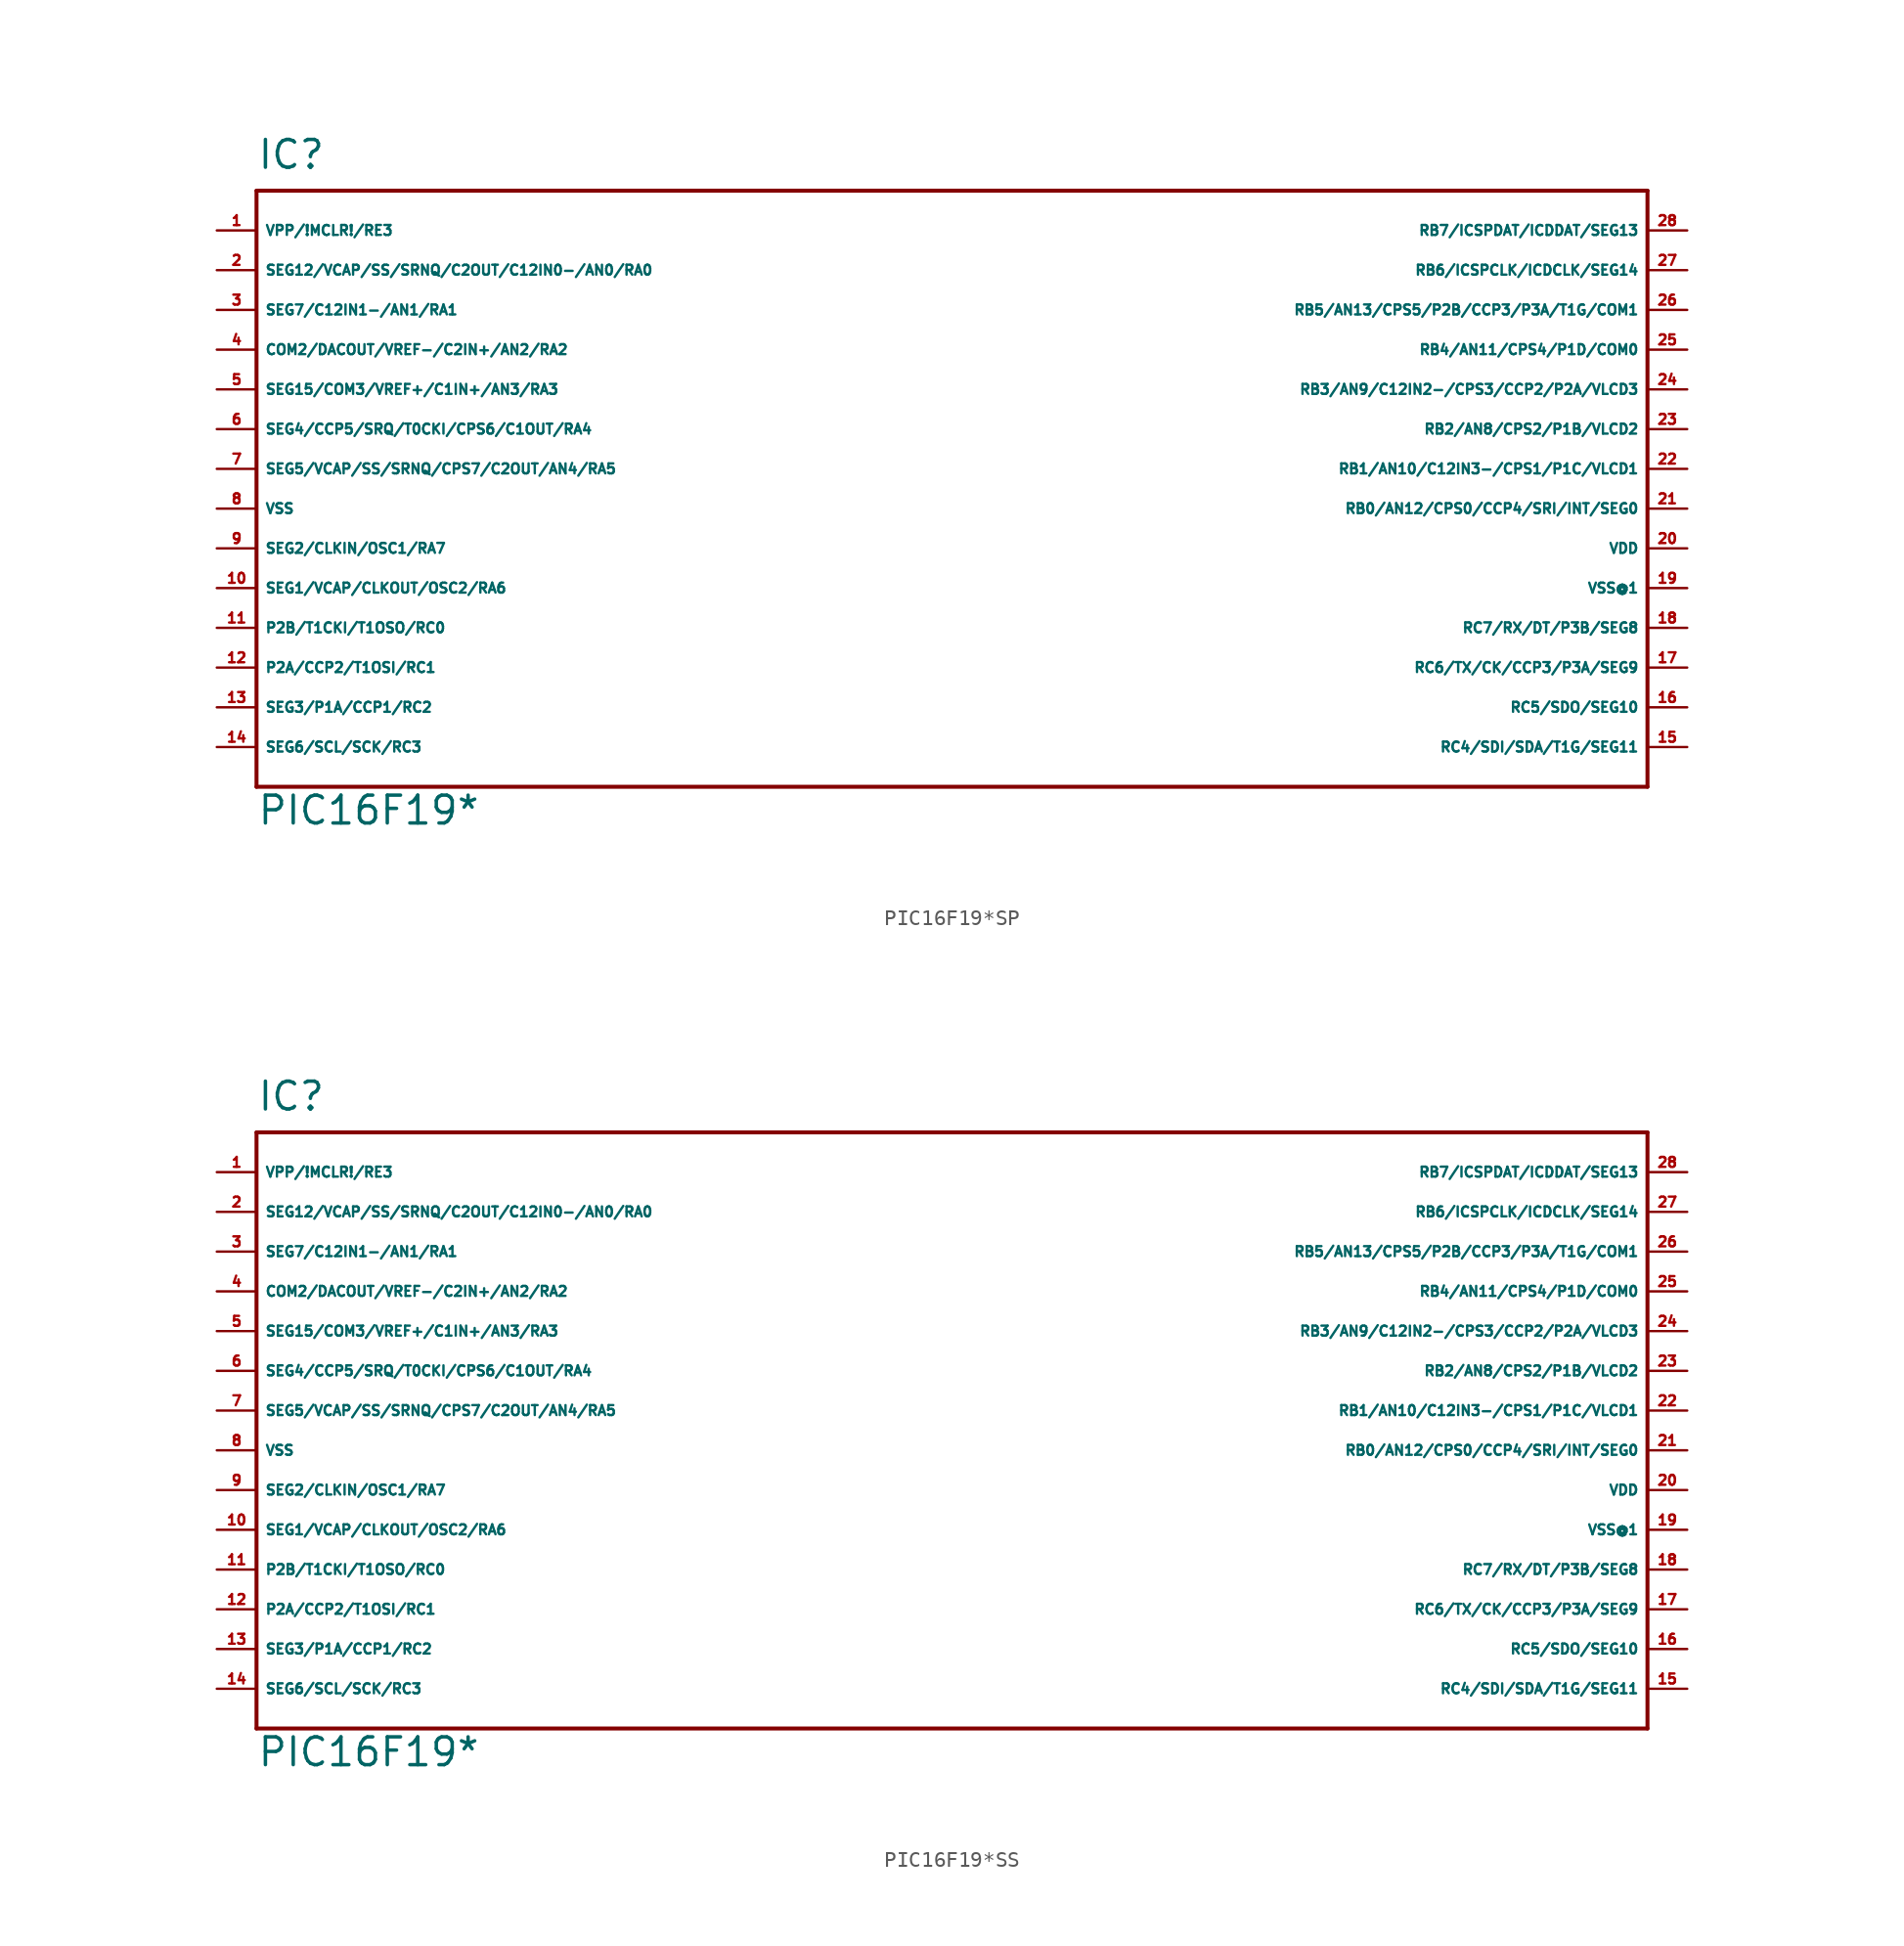
<source format=kicad_sym>
(kicad_symbol_lib
  (version 20220914)
  (generator Eagle2Kicad)
  (symbol "PIC16F19*SP"
    (property "Reference" "IC"
      (at -45.72 19.05 0)
      (effects (font (size 1.778 1.778) (thickness 0.22)) (justify left bottom)))
    (property "Value" "PIC16F19*"
      (at -45.72 -22.86 0)
      (effects (font (size 1.778 1.778) (thickness 0.22)) (justify left bottom)))
    (polyline
      (pts (xy -45.72 -20.32) (xy 43.18 -20.32))
      (stroke (width 0.254) (type default))
      (fill (type none)))
    (polyline
      (pts (xy 43.18 -20.32) (xy 43.18 17.78))
      (stroke (width 0.254) (type default))
      (fill (type none)))
    (polyline
      (pts (xy 43.18 17.78) (xy -45.72 17.78))
      (stroke (width 0.254) (type default))
      (fill (type none)))
    (polyline
      (pts (xy -45.72 17.78) (xy -45.72 -20.32))
      (stroke (width 0.254) (type default))
      (fill (type none)))
    (pin input line
      (at -48.26 15.24 0)
      (length 2.54)
      (name "VPP/!MCLR!/RE3" (effects (font (size 0.635 0.635) (thickness 0.08)) (justify left bottom)))
      (number "1" (effects (font (size 0.635 0.635) (thickness 0.08)) (justify left bottom))))
    (pin bidirectional line
      (at -48.26 12.7 0)
      (length 2.54)
      (name "SEG12/VCAP/SS/SRNQ/C2OUT/C12IN0-/AN0/RA0" (effects (font (size 0.635 0.635) (thickness 0.08)) (justify left bottom)))
      (number "2" (effects (font (size 0.635 0.635) (thickness 0.08)) (justify left bottom))))
    (pin bidirectional line
      (at -48.26 10.16 0)
      (length 2.54)
      (name "SEG7/C12IN1-/AN1/RA1" (effects (font (size 0.635 0.635) (thickness 0.08)) (justify left bottom)))
      (number "3" (effects (font (size 0.635 0.635) (thickness 0.08)) (justify left bottom))))
    (pin bidirectional line
      (at -48.26 7.62 0)
      (length 2.54)
      (name "COM2/DACOUT/VREF-/C2IN+/AN2/RA2" (effects (font (size 0.635 0.635) (thickness 0.08)) (justify left bottom)))
      (number "4" (effects (font (size 0.635 0.635) (thickness 0.08)) (justify left bottom))))
    (pin bidirectional line
      (at -48.26 5.08 0)
      (length 2.54)
      (name "SEG15/COM3/VREF+/C1IN+/AN3/RA3" (effects (font (size 0.635 0.635) (thickness 0.08)) (justify left bottom)))
      (number "5" (effects (font (size 0.635 0.635) (thickness 0.08)) (justify left bottom))))
    (pin bidirectional line
      (at -48.26 2.54 0)
      (length 2.54)
      (name "SEG4/CCP5/SRQ/T0CKI/CPS6/C1OUT/RA4" (effects (font (size 0.635 0.635) (thickness 0.08)) (justify left bottom)))
      (number "6" (effects (font (size 0.635 0.635) (thickness 0.08)) (justify left bottom))))
    (pin bidirectional line
      (at -48.26 0 0)
      (length 2.54)
      (name "SEG5/VCAP/SS/SRNQ/CPS7/C2OUT/AN4/RA5" (effects (font (size 0.635 0.635) (thickness 0.08)) (justify left bottom)))
      (number "7" (effects (font (size 0.635 0.635) (thickness 0.08)) (justify left bottom))))
    (pin unspecified line
      (at -48.26 -2.54 0)
      (length 2.54)
      (name "VSS" (effects (font (size 0.635 0.635) (thickness 0.08)) (justify left bottom)))
      (number "8" (effects (font (size 0.635 0.635) (thickness 0.08)) (justify left bottom))))
    (pin bidirectional line
      (at -48.26 -5.08 0)
      (length 2.54)
      (name "SEG2/CLKIN/OSC1/RA7" (effects (font (size 0.635 0.635) (thickness 0.08)) (justify left bottom)))
      (number "9" (effects (font (size 0.635 0.635) (thickness 0.08)) (justify left bottom))))
    (pin bidirectional line
      (at -48.26 -7.62 0)
      (length 2.54)
      (name "SEG1/VCAP/CLKOUT/OSC2/RA6" (effects (font (size 0.635 0.635) (thickness 0.08)) (justify left bottom)))
      (number "10" (effects (font (size 0.635 0.635) (thickness 0.08)) (justify left bottom))))
    (pin bidirectional line
      (at -48.26 -10.16 0)
      (length 2.54)
      (name "P2B/T1CKI/T1OSO/RC0" (effects (font (size 0.635 0.635) (thickness 0.08)) (justify left bottom)))
      (number "11" (effects (font (size 0.635 0.635) (thickness 0.08)) (justify left bottom))))
    (pin bidirectional line
      (at -48.26 -12.7 0)
      (length 2.54)
      (name "P2A/CCP2/T1OSI/RC1" (effects (font (size 0.635 0.635) (thickness 0.08)) (justify left bottom)))
      (number "12" (effects (font (size 0.635 0.635) (thickness 0.08)) (justify left bottom))))
    (pin bidirectional line
      (at -48.26 -15.24 0)
      (length 2.54)
      (name "SEG3/P1A/CCP1/RC2" (effects (font (size 0.635 0.635) (thickness 0.08)) (justify left bottom)))
      (number "13" (effects (font (size 0.635 0.635) (thickness 0.08)) (justify left bottom))))
    (pin bidirectional line
      (at -48.26 -17.78 0)
      (length 2.54)
      (name "SEG6/SCL/SCK/RC3" (effects (font (size 0.635 0.635) (thickness 0.08)) (justify left bottom)))
      (number "14" (effects (font (size 0.635 0.635) (thickness 0.08)) (justify left bottom))))
    (pin bidirectional line
      (at 45.72 -17.78 180)
      (length 2.54)
      (name "RC4/SDI/SDA/T1G/SEG11" (effects (font (size 0.635 0.635) (thickness 0.08)) (justify left bottom)))
      (number "15" (effects (font (size 0.635 0.635) (thickness 0.08)) (justify left bottom))))
    (pin bidirectional line
      (at 45.72 -15.24 180)
      (length 2.54)
      (name "RC5/SDO/SEG10" (effects (font (size 0.635 0.635) (thickness 0.08)) (justify left bottom)))
      (number "16" (effects (font (size 0.635 0.635) (thickness 0.08)) (justify left bottom))))
    (pin bidirectional line
      (at 45.72 -12.7 180)
      (length 2.54)
      (name "RC6/TX/CK/CCP3/P3A/SEG9" (effects (font (size 0.635 0.635) (thickness 0.08)) (justify left bottom)))
      (number "17" (effects (font (size 0.635 0.635) (thickness 0.08)) (justify left bottom))))
    (pin bidirectional line
      (at 45.72 -10.16 180)
      (length 2.54)
      (name "RC7/RX/DT/P3B/SEG8" (effects (font (size 0.635 0.635) (thickness 0.08)) (justify left bottom)))
      (number "18" (effects (font (size 0.635 0.635) (thickness 0.08)) (justify left bottom))))
    (pin unspecified line
      (at 45.72 -7.62 180)
      (length 2.54)
      (name "VSS@1" (effects (font (size 0.635 0.635) (thickness 0.08)) (justify left bottom)))
      (number "19" (effects (font (size 0.635 0.635) (thickness 0.08)) (justify left bottom))))
    (pin unspecified line
      (at 45.72 -5.08 180)
      (length 2.54)
      (name "VDD" (effects (font (size 0.635 0.635) (thickness 0.08)) (justify left bottom)))
      (number "20" (effects (font (size 0.635 0.635) (thickness 0.08)) (justify left bottom))))
    (pin bidirectional line
      (at 45.72 -2.54 180)
      (length 2.54)
      (name "RB0/AN12/CPS0/CCP4/SRI/INT/SEG0" (effects (font (size 0.635 0.635) (thickness 0.08)) (justify left bottom)))
      (number "21" (effects (font (size 0.635 0.635) (thickness 0.08)) (justify left bottom))))
    (pin bidirectional line
      (at 45.72 0 180)
      (length 2.54)
      (name "RB1/AN10/C12IN3-/CPS1/P1C/VLCD1" (effects (font (size 0.635 0.635) (thickness 0.08)) (justify left bottom)))
      (number "22" (effects (font (size 0.635 0.635) (thickness 0.08)) (justify left bottom))))
    (pin bidirectional line
      (at 45.72 2.54 180)
      (length 2.54)
      (name "RB2/AN8/CPS2/P1B/VLCD2" (effects (font (size 0.635 0.635) (thickness 0.08)) (justify left bottom)))
      (number "23" (effects (font (size 0.635 0.635) (thickness 0.08)) (justify left bottom))))
    (pin bidirectional line
      (at 45.72 5.08 180)
      (length 2.54)
      (name "RB3/AN9/C12IN2-/CPS3/CCP2/P2A/VLCD3" (effects (font (size 0.635 0.635) (thickness 0.08)) (justify left bottom)))
      (number "24" (effects (font (size 0.635 0.635) (thickness 0.08)) (justify left bottom))))
    (pin bidirectional line
      (at 45.72 7.62 180)
      (length 2.54)
      (name "RB4/AN11/CPS4/P1D/COM0" (effects (font (size 0.635 0.635) (thickness 0.08)) (justify left bottom)))
      (number "25" (effects (font (size 0.635 0.635) (thickness 0.08)) (justify left bottom))))
    (pin bidirectional line
      (at 45.72 10.16 180)
      (length 2.54)
      (name "RB5/AN13/CPS5/P2B/CCP3/P3A/T1G/COM1" (effects (font (size 0.635 0.635) (thickness 0.08)) (justify left bottom)))
      (number "26" (effects (font (size 0.635 0.635) (thickness 0.08)) (justify left bottom))))
    (pin bidirectional line
      (at 45.72 12.7 180)
      (length 2.54)
      (name "RB6/ICSPCLK/ICDCLK/SEG14" (effects (font (size 0.635 0.635) (thickness 0.08)) (justify left bottom)))
      (number "27" (effects (font (size 0.635 0.635) (thickness 0.08)) (justify left bottom))))
    (pin bidirectional line
      (at 45.72 15.24 180)
      (length 2.54)
      (name "RB7/ICSPDAT/ICDDAT/SEG13" (effects (font (size 0.635 0.635) (thickness 0.08)) (justify left bottom)))
      (number "28" (effects (font (size 0.635 0.635) (thickness 0.08)) (justify left bottom)))))
  (symbol "PIC16F19*SS"
    (property "Reference" "IC"
      (at -45.72 19.05 0)
      (effects (font (size 1.778 1.778) (thickness 0.22)) (justify left bottom)))
    (property "Value" "PIC16F19*"
      (at -45.72 -22.86 0)
      (effects (font (size 1.778 1.778) (thickness 0.22)) (justify left bottom)))
    (polyline
      (pts (xy -45.72 -20.32) (xy 43.18 -20.32))
      (stroke (width 0.254) (type default))
      (fill (type none)))
    (polyline
      (pts (xy 43.18 -20.32) (xy 43.18 17.78))
      (stroke (width 0.254) (type default))
      (fill (type none)))
    (polyline
      (pts (xy 43.18 17.78) (xy -45.72 17.78))
      (stroke (width 0.254) (type default))
      (fill (type none)))
    (polyline
      (pts (xy -45.72 17.78) (xy -45.72 -20.32))
      (stroke (width 0.254) (type default))
      (fill (type none)))
    (pin input line
      (at -48.26 15.24 0)
      (length 2.54)
      (name "VPP/!MCLR!/RE3" (effects (font (size 0.635 0.635) (thickness 0.08)) (justify left bottom)))
      (number "1" (effects (font (size 0.635 0.635) (thickness 0.08)) (justify left bottom))))
    (pin bidirectional line
      (at -48.26 12.7 0)
      (length 2.54)
      (name "SEG12/VCAP/SS/SRNQ/C2OUT/C12IN0-/AN0/RA0" (effects (font (size 0.635 0.635) (thickness 0.08)) (justify left bottom)))
      (number "2" (effects (font (size 0.635 0.635) (thickness 0.08)) (justify left bottom))))
    (pin bidirectional line
      (at -48.26 10.16 0)
      (length 2.54)
      (name "SEG7/C12IN1-/AN1/RA1" (effects (font (size 0.635 0.635) (thickness 0.08)) (justify left bottom)))
      (number "3" (effects (font (size 0.635 0.635) (thickness 0.08)) (justify left bottom))))
    (pin bidirectional line
      (at -48.26 7.62 0)
      (length 2.54)
      (name "COM2/DACOUT/VREF-/C2IN+/AN2/RA2" (effects (font (size 0.635 0.635) (thickness 0.08)) (justify left bottom)))
      (number "4" (effects (font (size 0.635 0.635) (thickness 0.08)) (justify left bottom))))
    (pin bidirectional line
      (at -48.26 5.08 0)
      (length 2.54)
      (name "SEG15/COM3/VREF+/C1IN+/AN3/RA3" (effects (font (size 0.635 0.635) (thickness 0.08)) (justify left bottom)))
      (number "5" (effects (font (size 0.635 0.635) (thickness 0.08)) (justify left bottom))))
    (pin bidirectional line
      (at -48.26 2.54 0)
      (length 2.54)
      (name "SEG4/CCP5/SRQ/T0CKI/CPS6/C1OUT/RA4" (effects (font (size 0.635 0.635) (thickness 0.08)) (justify left bottom)))
      (number "6" (effects (font (size 0.635 0.635) (thickness 0.08)) (justify left bottom))))
    (pin bidirectional line
      (at -48.26 0 0)
      (length 2.54)
      (name "SEG5/VCAP/SS/SRNQ/CPS7/C2OUT/AN4/RA5" (effects (font (size 0.635 0.635) (thickness 0.08)) (justify left bottom)))
      (number "7" (effects (font (size 0.635 0.635) (thickness 0.08)) (justify left bottom))))
    (pin unspecified line
      (at -48.26 -2.54 0)
      (length 2.54)
      (name "VSS" (effects (font (size 0.635 0.635) (thickness 0.08)) (justify left bottom)))
      (number "8" (effects (font (size 0.635 0.635) (thickness 0.08)) (justify left bottom))))
    (pin bidirectional line
      (at -48.26 -5.08 0)
      (length 2.54)
      (name "SEG2/CLKIN/OSC1/RA7" (effects (font (size 0.635 0.635) (thickness 0.08)) (justify left bottom)))
      (number "9" (effects (font (size 0.635 0.635) (thickness 0.08)) (justify left bottom))))
    (pin bidirectional line
      (at -48.26 -7.62 0)
      (length 2.54)
      (name "SEG1/VCAP/CLKOUT/OSC2/RA6" (effects (font (size 0.635 0.635) (thickness 0.08)) (justify left bottom)))
      (number "10" (effects (font (size 0.635 0.635) (thickness 0.08)) (justify left bottom))))
    (pin bidirectional line
      (at -48.26 -10.16 0)
      (length 2.54)
      (name "P2B/T1CKI/T1OSO/RC0" (effects (font (size 0.635 0.635) (thickness 0.08)) (justify left bottom)))
      (number "11" (effects (font (size 0.635 0.635) (thickness 0.08)) (justify left bottom))))
    (pin bidirectional line
      (at -48.26 -12.7 0)
      (length 2.54)
      (name "P2A/CCP2/T1OSI/RC1" (effects (font (size 0.635 0.635) (thickness 0.08)) (justify left bottom)))
      (number "12" (effects (font (size 0.635 0.635) (thickness 0.08)) (justify left bottom))))
    (pin bidirectional line
      (at -48.26 -15.24 0)
      (length 2.54)
      (name "SEG3/P1A/CCP1/RC2" (effects (font (size 0.635 0.635) (thickness 0.08)) (justify left bottom)))
      (number "13" (effects (font (size 0.635 0.635) (thickness 0.08)) (justify left bottom))))
    (pin bidirectional line
      (at -48.26 -17.78 0)
      (length 2.54)
      (name "SEG6/SCL/SCK/RC3" (effects (font (size 0.635 0.635) (thickness 0.08)) (justify left bottom)))
      (number "14" (effects (font (size 0.635 0.635) (thickness 0.08)) (justify left bottom))))
    (pin bidirectional line
      (at 45.72 -17.78 180)
      (length 2.54)
      (name "RC4/SDI/SDA/T1G/SEG11" (effects (font (size 0.635 0.635) (thickness 0.08)) (justify left bottom)))
      (number "15" (effects (font (size 0.635 0.635) (thickness 0.08)) (justify left bottom))))
    (pin bidirectional line
      (at 45.72 -15.24 180)
      (length 2.54)
      (name "RC5/SDO/SEG10" (effects (font (size 0.635 0.635) (thickness 0.08)) (justify left bottom)))
      (number "16" (effects (font (size 0.635 0.635) (thickness 0.08)) (justify left bottom))))
    (pin bidirectional line
      (at 45.72 -12.7 180)
      (length 2.54)
      (name "RC6/TX/CK/CCP3/P3A/SEG9" (effects (font (size 0.635 0.635) (thickness 0.08)) (justify left bottom)))
      (number "17" (effects (font (size 0.635 0.635) (thickness 0.08)) (justify left bottom))))
    (pin bidirectional line
      (at 45.72 -10.16 180)
      (length 2.54)
      (name "RC7/RX/DT/P3B/SEG8" (effects (font (size 0.635 0.635) (thickness 0.08)) (justify left bottom)))
      (number "18" (effects (font (size 0.635 0.635) (thickness 0.08)) (justify left bottom))))
    (pin unspecified line
      (at 45.72 -7.62 180)
      (length 2.54)
      (name "VSS@1" (effects (font (size 0.635 0.635) (thickness 0.08)) (justify left bottom)))
      (number "19" (effects (font (size 0.635 0.635) (thickness 0.08)) (justify left bottom))))
    (pin unspecified line
      (at 45.72 -5.08 180)
      (length 2.54)
      (name "VDD" (effects (font (size 0.635 0.635) (thickness 0.08)) (justify left bottom)))
      (number "20" (effects (font (size 0.635 0.635) (thickness 0.08)) (justify left bottom))))
    (pin bidirectional line
      (at 45.72 -2.54 180)
      (length 2.54)
      (name "RB0/AN12/CPS0/CCP4/SRI/INT/SEG0" (effects (font (size 0.635 0.635) (thickness 0.08)) (justify left bottom)))
      (number "21" (effects (font (size 0.635 0.635) (thickness 0.08)) (justify left bottom))))
    (pin bidirectional line
      (at 45.72 0 180)
      (length 2.54)
      (name "RB1/AN10/C12IN3-/CPS1/P1C/VLCD1" (effects (font (size 0.635 0.635) (thickness 0.08)) (justify left bottom)))
      (number "22" (effects (font (size 0.635 0.635) (thickness 0.08)) (justify left bottom))))
    (pin bidirectional line
      (at 45.72 2.54 180)
      (length 2.54)
      (name "RB2/AN8/CPS2/P1B/VLCD2" (effects (font (size 0.635 0.635) (thickness 0.08)) (justify left bottom)))
      (number "23" (effects (font (size 0.635 0.635) (thickness 0.08)) (justify left bottom))))
    (pin bidirectional line
      (at 45.72 5.08 180)
      (length 2.54)
      (name "RB3/AN9/C12IN2-/CPS3/CCP2/P2A/VLCD3" (effects (font (size 0.635 0.635) (thickness 0.08)) (justify left bottom)))
      (number "24" (effects (font (size 0.635 0.635) (thickness 0.08)) (justify left bottom))))
    (pin bidirectional line
      (at 45.72 7.62 180)
      (length 2.54)
      (name "RB4/AN11/CPS4/P1D/COM0" (effects (font (size 0.635 0.635) (thickness 0.08)) (justify left bottom)))
      (number "25" (effects (font (size 0.635 0.635) (thickness 0.08)) (justify left bottom))))
    (pin bidirectional line
      (at 45.72 10.16 180)
      (length 2.54)
      (name "RB5/AN13/CPS5/P2B/CCP3/P3A/T1G/COM1" (effects (font (size 0.635 0.635) (thickness 0.08)) (justify left bottom)))
      (number "26" (effects (font (size 0.635 0.635) (thickness 0.08)) (justify left bottom))))
    (pin bidirectional line
      (at 45.72 12.7 180)
      (length 2.54)
      (name "RB6/ICSPCLK/ICDCLK/SEG14" (effects (font (size 0.635 0.635) (thickness 0.08)) (justify left bottom)))
      (number "27" (effects (font (size 0.635 0.635) (thickness 0.08)) (justify left bottom))))
    (pin bidirectional line
      (at 45.72 15.24 180)
      (length 2.54)
      (name "RB7/ICSPDAT/ICDDAT/SEG13" (effects (font (size 0.635 0.635) (thickness 0.08)) (justify left bottom)))
      (number "28" (effects (font (size 0.635 0.635) (thickness 0.08)) (justify left bottom))))))
</source>
